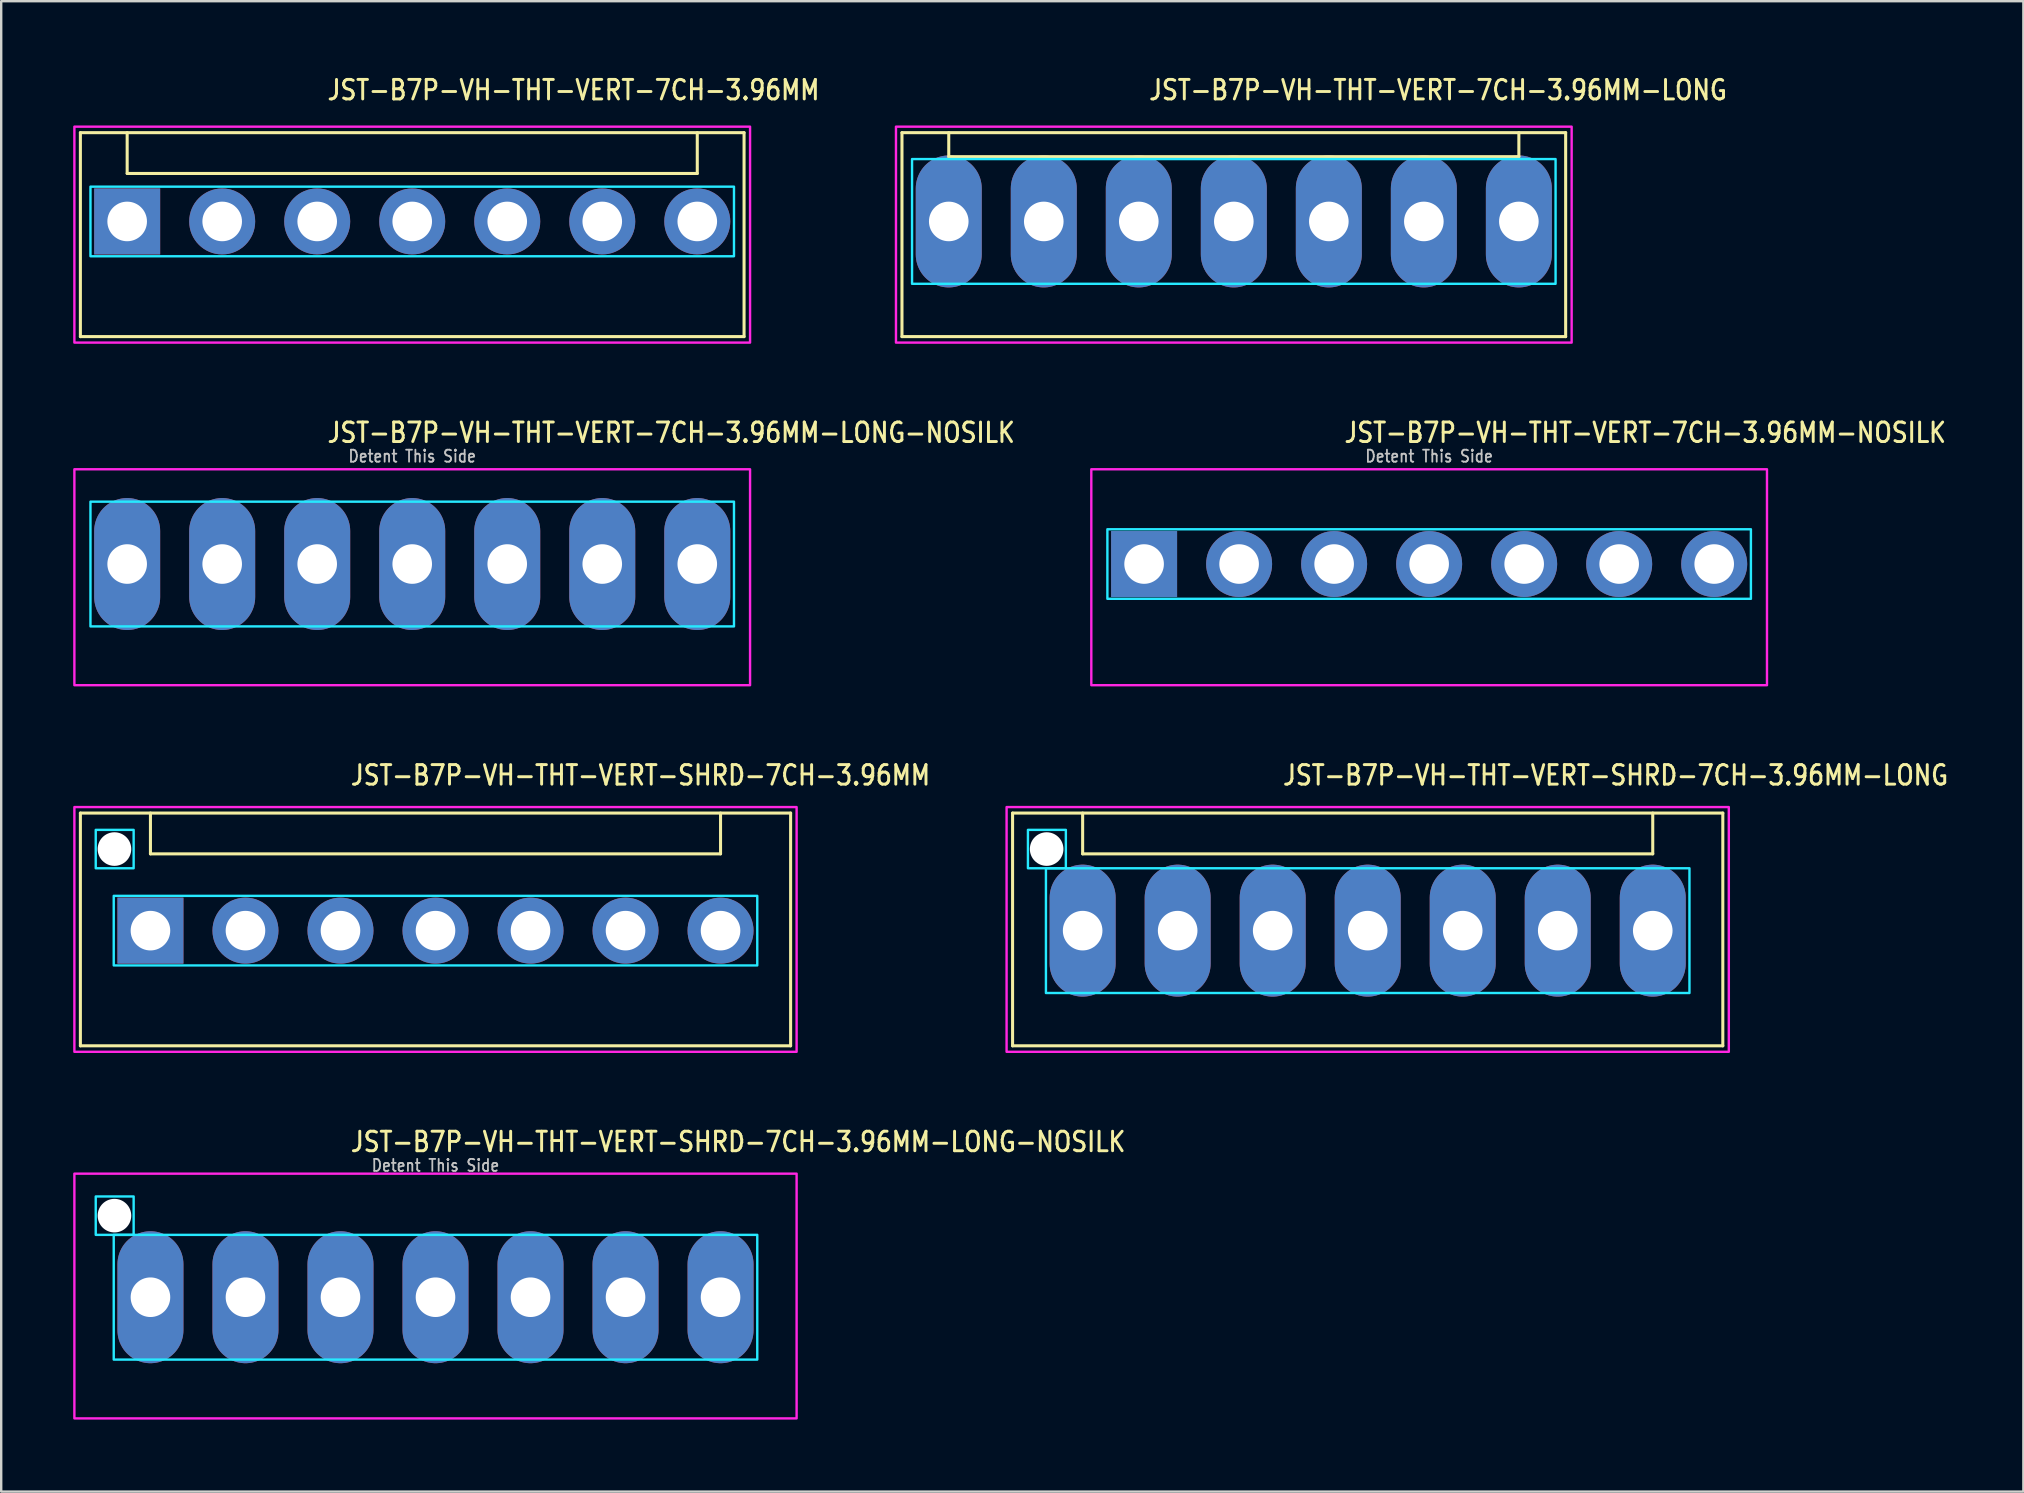
<source format=kicad_pcb>
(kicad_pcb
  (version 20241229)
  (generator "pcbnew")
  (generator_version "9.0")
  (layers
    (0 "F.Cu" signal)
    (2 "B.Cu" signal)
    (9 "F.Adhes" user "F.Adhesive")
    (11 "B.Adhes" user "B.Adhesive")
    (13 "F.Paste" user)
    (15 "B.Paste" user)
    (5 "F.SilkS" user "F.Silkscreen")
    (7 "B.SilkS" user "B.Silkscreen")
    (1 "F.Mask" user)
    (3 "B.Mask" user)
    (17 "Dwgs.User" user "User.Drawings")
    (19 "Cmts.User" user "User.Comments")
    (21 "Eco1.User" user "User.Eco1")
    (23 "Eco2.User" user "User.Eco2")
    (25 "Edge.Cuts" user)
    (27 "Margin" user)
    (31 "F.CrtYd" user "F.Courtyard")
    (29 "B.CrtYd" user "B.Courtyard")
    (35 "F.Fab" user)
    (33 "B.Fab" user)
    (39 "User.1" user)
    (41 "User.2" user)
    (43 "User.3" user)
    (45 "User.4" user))
  (footprint "JST-B7P-VH-THT-VERT-7CH-3.96MM-LONG-NOSILK"
    (layer "F.Cu")
    (at 14.13 20.457)
    (property "Reference" "JST-B7P-VH-THT-VERT-7CH-3.96MM-LONG-NOSILK" (at -3.6 -5 0) (unlocked yes) (layer "F.SilkS") (effects (font (size 0.813 0.695) (thickness 0.122)) (justify left bottom)))
    (fp_poly (pts (xy -13.41 -2.6) (xy -13.41 2.6) (xy 13.41 2.6) (xy 13.41 -2.6)) (stroke (width 0.1) (type solid)) (fill no) (layer "B.CrtYd"))
    (fp_poly (pts (xy -14.08 -3.95) (xy -14.08 5.05) (xy 14.08 5.05) (xy 14.08 -3.95)) (stroke (width 0.1) (type solid)) (fill no) (layer "F.CrtYd"))
    (fp_text user "Detent This Side" (at 0 -4.2 0) (unlocked yes) (layer "Dwgs.User") (effects (font (size 0.5 0.427) (thickness 0.075)) (justify bottom)))
    (pad "1" thru_hole oval (at -11.88 0 90) (size 5.5 2.75) (drill 1.65) (layers "*.Cu" "*.Mask"))
    (pad "2" thru_hole oval (at -7.92 0 90) (size 5.5 2.75) (drill 1.65) (layers "*.Cu" "*.Mask"))
    (pad "3" thru_hole oval (at -3.96 0 90) (size 5.5 2.75) (drill 1.65) (layers "*.Cu" "*.Mask"))
    (pad "4" thru_hole oval (at 0 0 90) (size 5.5 2.75) (drill 1.65) (layers "*.Cu" "*.Mask"))
    (pad "5" thru_hole oval (at 3.96 0 90) (size 5.5 2.75) (drill 1.65) (layers "*.Cu" "*.Mask"))
    (pad "6" thru_hole oval (at 7.92 0 90) (size 5.5 2.75) (drill 1.65) (layers "*.Cu" "*.Mask"))
    (pad "7" thru_hole oval (at 11.88 0 90) (size 5.5 2.75) (drill 1.65) (layers "*.Cu" "*.Mask")))
  (footprint "JST-B7P-VH-THT-VERT-SHRD-7CH-3.96MM"
    (layer "F.Cu")
    (at 15.1 35.736)
    (property "Reference" "JST-B7P-VH-THT-VERT-SHRD-7CH-3.96MM" (at -3.6 -6 0) (unlocked yes) (layer "F.SilkS") (effects (font (size 0.813 0.695) (thickness 0.122)) (justify left bottom)))
    (fp_line (start -14.8 -4.9) (end 14.8 -4.9) (stroke (width 0.127) (type solid)) (layer "F.SilkS"))
    (fp_line (start -14.8 4.8) (end -14.8 -4.9) (stroke (width 0.127) (type solid)) (layer "F.SilkS"))
    (fp_line (start -14.8 4.8) (end 14.8 4.8) (stroke (width 0.127) (type solid)) (layer "F.SilkS"))
    (fp_line (start -11.88 -4.9) (end -11.88 -3.2) (stroke (width 0.127) (type solid)) (layer "F.SilkS"))
    (fp_line (start -11.88 -3.2) (end 11.88 -3.2) (stroke (width 0.127) (type solid)) (layer "F.SilkS"))
    (fp_line (start 11.88 -4.9) (end 11.88 -3.2) (stroke (width 0.127) (type solid)) (layer "F.SilkS"))
    (fp_line (start 14.8 -4.9) (end 14.8 4.8) (stroke (width 0.127) (type solid)) (layer "F.SilkS"))
    (fp_poly (pts (xy -13.41 -1.45) (xy -13.41 1.45) (xy 13.41 1.45) (xy 13.41 -1.45)) (stroke (width 0.1) (type solid)) (fill no) (layer "B.CrtYd"))
    (fp_poly (pts (xy -12.58 -4.2) (xy -12.58 -2.6) (xy -14.16 -2.6) (xy -14.16 -4.2)) (stroke (width 0.1) (type solid)) (fill no) (layer "B.CrtYd"))
    (fp_poly (pts (xy -15.05 -5.15) (xy -15.05 5.05) (xy 15.05 5.05) (xy 15.05 -5.15)) (stroke (width 0.1) (type solid)) (fill no) (layer "F.CrtYd"))
    (pad "" np_thru_hole circle (at -13.38 -3.4) (size 1.4 1.4) (drill 1.4) (layers "*.Cu" "*.Mask"))
    (pad "1" thru_hole rect (at -11.88 0) (size 2.75 2.75) (drill 1.65) (layers "*.Cu" "*.Mask"))
    (pad "2" thru_hole oval (at -7.92 0) (size 2.75 2.75) (drill 1.65) (layers "*.Cu" "*.Mask"))
    (pad "3" thru_hole oval (at -3.96 0) (size 2.75 2.75) (drill 1.65) (layers "*.Cu" "*.Mask"))
    (pad "4" thru_hole oval (at 0 0) (size 2.75 2.75) (drill 1.65) (layers "*.Cu" "*.Mask"))
    (pad "5" thru_hole oval (at 3.96 0) (size 2.75 2.75) (drill 1.65) (layers "*.Cu" "*.Mask"))
    (pad "6" thru_hole oval (at 7.92 0) (size 2.75 2.75) (drill 1.65) (layers "*.Cu" "*.Mask"))
    (pad "7" thru_hole oval (at 11.88 0) (size 2.75 2.75) (drill 1.65) (layers "*.Cu" "*.Mask")))
  (footprint "JST-B7P-VH-THT-VERT-7CH-3.96MM"
    (layer "F.Cu")
    (at 14.13 6.179)
    (property "Reference" "JST-B7P-VH-THT-VERT-7CH-3.96MM" (at -3.6 -5 0) (unlocked yes) (layer "F.SilkS") (effects (font (size 0.813 0.695) (thickness 0.122)) (justify left bottom)))
    (fp_line (start -13.83 -3.7) (end 13.83 -3.7) (stroke (width 0.127) (type solid)) (layer "F.SilkS"))
    (fp_line (start -13.83 4.8) (end -13.83 -3.7) (stroke (width 0.127) (type solid)) (layer "F.SilkS"))
    (fp_line (start -13.83 4.8) (end 13.83 4.8) (stroke (width 0.127) (type solid)) (layer "F.SilkS"))
    (fp_line (start -11.88 -3.7) (end -11.88 -2) (stroke (width 0.127) (type solid)) (layer "F.SilkS"))
    (fp_line (start -11.88 -2) (end 11.88 -2) (stroke (width 0.127) (type solid)) (layer "F.SilkS"))
    (fp_line (start 11.88 -3.7) (end 11.88 -2) (stroke (width 0.127) (type solid)) (layer "F.SilkS"))
    (fp_line (start 13.83 -3.7) (end 13.83 4.8) (stroke (width 0.127) (type solid)) (layer "F.SilkS"))
    (fp_poly (pts (xy -13.41 -1.45) (xy -13.41 1.45) (xy 13.41 1.45) (xy 13.41 -1.45)) (stroke (width 0.1) (type solid)) (fill no) (layer "B.CrtYd"))
    (fp_poly (pts (xy -14.08 -3.95) (xy -14.08 5.05) (xy 14.08 5.05) (xy 14.08 -3.95)) (stroke (width 0.1) (type solid)) (fill no) (layer "F.CrtYd"))
    (pad "1" thru_hole rect (at -11.88 0) (size 2.75 2.75) (drill 1.65) (layers "*.Cu" "*.Mask"))
    (pad "2" thru_hole oval (at -7.92 0) (size 2.75 2.75) (drill 1.65) (layers "*.Cu" "*.Mask"))
    (pad "3" thru_hole oval (at -3.96 0) (size 2.75 2.75) (drill 1.65) (layers "*.Cu" "*.Mask"))
    (pad "4" thru_hole oval (at 0 0) (size 2.75 2.75) (drill 1.65) (layers "*.Cu" "*.Mask"))
    (pad "5" thru_hole oval (at 3.96 0) (size 2.75 2.75) (drill 1.65) (layers "*.Cu" "*.Mask"))
    (pad "6" thru_hole oval (at 7.92 0) (size 2.75 2.75) (drill 1.65) (layers "*.Cu" "*.Mask"))
    (pad "7" thru_hole oval (at 11.88 0) (size 2.75 2.75) (drill 1.65) (layers "*.Cu" "*.Mask")))
  (footprint "JST-B7P-VH-THT-VERT-SHRD-7CH-3.96MM-LONG-NOSILK"
    (layer "F.Cu")
    (at 15.1 51.014)
    (property "Reference" "JST-B7P-VH-THT-VERT-SHRD-7CH-3.96MM-LONG-NOSILK" (at -3.6 -6 0) (unlocked yes) (layer "F.SilkS") (effects (font (size 0.813 0.695) (thickness 0.122)) (justify left bottom)))
    (fp_poly (pts (xy -13.41 -2.6) (xy -13.41 2.6) (xy 13.41 2.6) (xy 13.41 -2.6)) (stroke (width 0.1) (type solid)) (fill no) (layer "B.CrtYd"))
    (fp_poly (pts (xy -12.58 -4.2) (xy -12.58 -2.6) (xy -14.16 -2.6) (xy -14.16 -4.2)) (stroke (width 0.1) (type solid)) (fill no) (layer "B.CrtYd"))
    (fp_poly (pts (xy -15.05 -5.15) (xy -15.05 5.05) (xy 15.05 5.05) (xy 15.05 -5.15)) (stroke (width 0.1) (type solid)) (fill no) (layer "F.CrtYd"))
    (fp_text user "Detent This Side" (at 0 -5.2 0) (unlocked yes) (layer "Dwgs.User") (effects (font (size 0.5 0.427) (thickness 0.075)) (justify bottom)))
    (pad "" np_thru_hole circle (at -13.38 -3.4) (size 1.4 1.4) (drill 1.4) (layers "*.Cu" "*.Mask"))
    (pad "P$1" thru_hole oval (at -11.88 0 90) (size 5.5 2.75) (drill 1.65) (layers "*.Cu" "*.Mask"))
    (pad "P$2" thru_hole oval (at -7.92 0 90) (size 5.5 2.75) (drill 1.65) (layers "*.Cu" "*.Mask"))
    (pad "P$3" thru_hole oval (at -3.96 0 90) (size 5.5 2.75) (drill 1.65) (layers "*.Cu" "*.Mask"))
    (pad "P$4" thru_hole oval (at 0 0 90) (size 5.5 2.75) (drill 1.65) (layers "*.Cu" "*.Mask"))
    (pad "P$5" thru_hole oval (at 3.96 0 90) (size 5.5 2.75) (drill 1.65) (layers "*.Cu" "*.Mask"))
    (pad "P$6" thru_hole oval (at 7.92 0 90) (size 5.5 2.75) (drill 1.65) (layers "*.Cu" "*.Mask"))
    (pad "P$7" thru_hole oval (at 11.88 0 90) (size 5.5 2.75) (drill 1.65) (layers "*.Cu" "*.Mask")))
  (footprint "JST-B7P-VH-THT-VERT-7CH-3.96MM-LONG"
    (layer "F.Cu")
    (at 48.371 6.179)
    (property "Reference" "JST-B7P-VH-THT-VERT-7CH-3.96MM-LONG" (at -3.6 -5 0) (unlocked yes) (layer "F.SilkS") (effects (font (size 0.813 0.695) (thickness 0.122)) (justify left bottom)))
    (fp_line (start -13.83 -3.7) (end 13.83 -3.7) (stroke (width 0.127) (type solid)) (layer "F.SilkS"))
    (fp_line (start -13.83 4.8) (end -13.83 -3.7) (stroke (width 0.127) (type solid)) (layer "F.SilkS"))
    (fp_line (start -13.83 4.8) (end 13.83 4.8) (stroke (width 0.127) (type solid)) (layer "F.SilkS"))
    (fp_line (start -11.88 -3.7) (end -11.88 -2.7) (stroke (width 0.127) (type solid)) (layer "F.SilkS"))
    (fp_line (start -11.88 -2.7) (end 11.88 -2.7) (stroke (width 0.127) (type solid)) (layer "F.SilkS"))
    (fp_line (start 11.88 -3.7) (end 11.88 -2.7) (stroke (width 0.127) (type solid)) (layer "F.SilkS"))
    (fp_line (start 13.83 -3.7) (end 13.83 4.8) (stroke (width 0.127) (type solid)) (layer "F.SilkS"))
    (fp_poly (pts (xy -13.41 -2.6) (xy -13.41 2.6) (xy 13.41 2.6) (xy 13.41 -2.6)) (stroke (width 0.1) (type solid)) (fill no) (layer "B.CrtYd"))
    (fp_poly (pts (xy -14.08 -3.95) (xy -14.08 5.05) (xy 14.08 5.05) (xy 14.08 -3.95)) (stroke (width 0.1) (type solid)) (fill no) (layer "F.CrtYd"))
    (pad "1" thru_hole oval (at -11.88 0 90) (size 5.5 2.75) (drill 1.65) (layers "*.Cu" "*.Mask"))
    (pad "2" thru_hole oval (at -7.92 0 90) (size 5.5 2.75) (drill 1.65) (layers "*.Cu" "*.Mask"))
    (pad "3" thru_hole oval (at -3.96 0 90) (size 5.5 2.75) (drill 1.65) (layers "*.Cu" "*.Mask"))
    (pad "4" thru_hole oval (at 0 0 90) (size 5.5 2.75) (drill 1.65) (layers "*.Cu" "*.Mask"))
    (pad "5" thru_hole oval (at 3.96 0 90) (size 5.5 2.75) (drill 1.65) (layers "*.Cu" "*.Mask"))
    (pad "6" thru_hole oval (at 7.92 0 90) (size 5.5 2.75) (drill 1.65) (layers "*.Cu" "*.Mask"))
    (pad "7" thru_hole oval (at 11.88 0 90) (size 5.5 2.75) (drill 1.65) (layers "*.Cu" "*.Mask")))
  (footprint "JST-B7P-VH-THT-VERT-7CH-3.96MM-NOSILK"
    (layer "F.Cu")
    (at 56.512 20.457)
    (property "Reference" "JST-B7P-VH-THT-VERT-7CH-3.96MM-NOSILK" (at -3.6 -5 0) (unlocked yes) (layer "F.SilkS") (effects (font (size 0.813 0.695) (thickness 0.122)) (justify left bottom)))
    (fp_poly (pts (xy -13.41 -1.45) (xy -13.41 1.45) (xy 13.41 1.45) (xy 13.41 -1.45)) (stroke (width 0.1) (type solid)) (fill no) (layer "B.CrtYd"))
    (fp_poly (pts (xy -14.08 -3.95) (xy -14.08 5.05) (xy 14.08 5.05) (xy 14.08 -3.95)) (stroke (width 0.1) (type solid)) (fill no) (layer "F.CrtYd"))
    (fp_text user "Detent This Side" (at 0 -4.2 0) (unlocked yes) (layer "Dwgs.User") (effects (font (size 0.5 0.427) (thickness 0.075)) (justify bottom)))
    (pad "1" thru_hole rect (at -11.88 0) (size 2.75 2.75) (drill 1.65) (layers "*.Cu" "*.Mask"))
    (pad "2" thru_hole oval (at -7.92 0) (size 2.75 2.75) (drill 1.65) (layers "*.Cu" "*.Mask"))
    (pad "3" thru_hole oval (at -3.96 0) (size 2.75 2.75) (drill 1.65) (layers "*.Cu" "*.Mask"))
    (pad "4" thru_hole oval (at 0 0) (size 2.75 2.75) (drill 1.65) (layers "*.Cu" "*.Mask"))
    (pad "5" thru_hole oval (at 3.96 0) (size 2.75 2.75) (drill 1.65) (layers "*.Cu" "*.Mask"))
    (pad "6" thru_hole oval (at 7.92 0) (size 2.75 2.75) (drill 1.65) (layers "*.Cu" "*.Mask"))
    (pad "7" thru_hole oval (at 11.88 0) (size 2.75 2.75) (drill 1.65) (layers "*.Cu" "*.Mask")))
  (footprint "JST-B7P-VH-THT-VERT-SHRD-7CH-3.96MM-LONG"
    (layer "F.Cu")
    (at 53.951 35.736)
    (property "Reference" "JST-B7P-VH-THT-VERT-SHRD-7CH-3.96MM-LONG" (at -3.6 -6 0) (unlocked yes) (layer "F.SilkS") (effects (font (size 0.813 0.695) (thickness 0.122)) (justify left bottom)))
    (fp_line (start -14.8 -4.9) (end 14.8 -4.9) (stroke (width 0.127) (type solid)) (layer "F.SilkS"))
    (fp_line (start -14.8 4.8) (end -14.8 -4.9) (stroke (width 0.127) (type solid)) (layer "F.SilkS"))
    (fp_line (start -14.8 4.8) (end 14.8 4.8) (stroke (width 0.127) (type solid)) (layer "F.SilkS"))
    (fp_line (start -11.88 -4.9) (end -11.88 -3.2) (stroke (width 0.127) (type solid)) (layer "F.SilkS"))
    (fp_line (start -11.88 -3.2) (end 11.88 -3.2) (stroke (width 0.127) (type solid)) (layer "F.SilkS"))
    (fp_line (start 11.88 -4.9) (end 11.88 -3.2) (stroke (width 0.127) (type solid)) (layer "F.SilkS"))
    (fp_line (start 14.8 -4.9) (end 14.8 4.8) (stroke (width 0.127) (type solid)) (layer "F.SilkS"))
    (fp_poly (pts (xy -13.41 -2.6) (xy -13.41 2.6) (xy 13.41 2.6) (xy 13.41 -2.6)) (stroke (width 0.1) (type solid)) (fill no) (layer "B.CrtYd"))
    (fp_poly (pts (xy -12.58 -4.2) (xy -12.58 -2.6) (xy -14.16 -2.6) (xy -14.16 -4.2)) (stroke (width 0.1) (type solid)) (fill no) (layer "B.CrtYd"))
    (fp_poly (pts (xy -15.05 -5.15) (xy -15.05 5.05) (xy 15.05 5.05) (xy 15.05 -5.15)) (stroke (width 0.1) (type solid)) (fill no) (layer "F.CrtYd"))
    (pad "" np_thru_hole circle (at -13.38 -3.4) (size 1.4 1.4) (drill 1.4) (layers "*.Cu" "*.Mask"))
    (pad "1" thru_hole oval (at -11.88 0 90) (size 5.5 2.75) (drill 1.65) (layers "*.Cu" "*.Mask"))
    (pad "2" thru_hole oval (at -7.92 0 90) (size 5.5 2.75) (drill 1.65) (layers "*.Cu" "*.Mask"))
    (pad "3" thru_hole oval (at -3.96 0 90) (size 5.5 2.75) (drill 1.65) (layers "*.Cu" "*.Mask"))
    (pad "4" thru_hole oval (at 0 0 90) (size 5.5 2.75) (drill 1.65) (layers "*.Cu" "*.Mask"))
    (pad "5" thru_hole oval (at 3.96 0 90) (size 5.5 2.75) (drill 1.65) (layers "*.Cu" "*.Mask"))
    (pad "6" thru_hole oval (at 7.92 0 90) (size 5.5 2.75) (drill 1.65) (layers "*.Cu" "*.Mask"))
    (pad "7" thru_hole oval (at 11.88 0 90) (size 5.5 2.75) (drill 1.65) (layers "*.Cu" "*.Mask")))
  (gr_rect
    (start -3 -3)
    (end 81.277 59.114)
    (stroke (width 0.1) (type default))
    (fill no)
    (layer "Edge.Cuts")))
</source>
